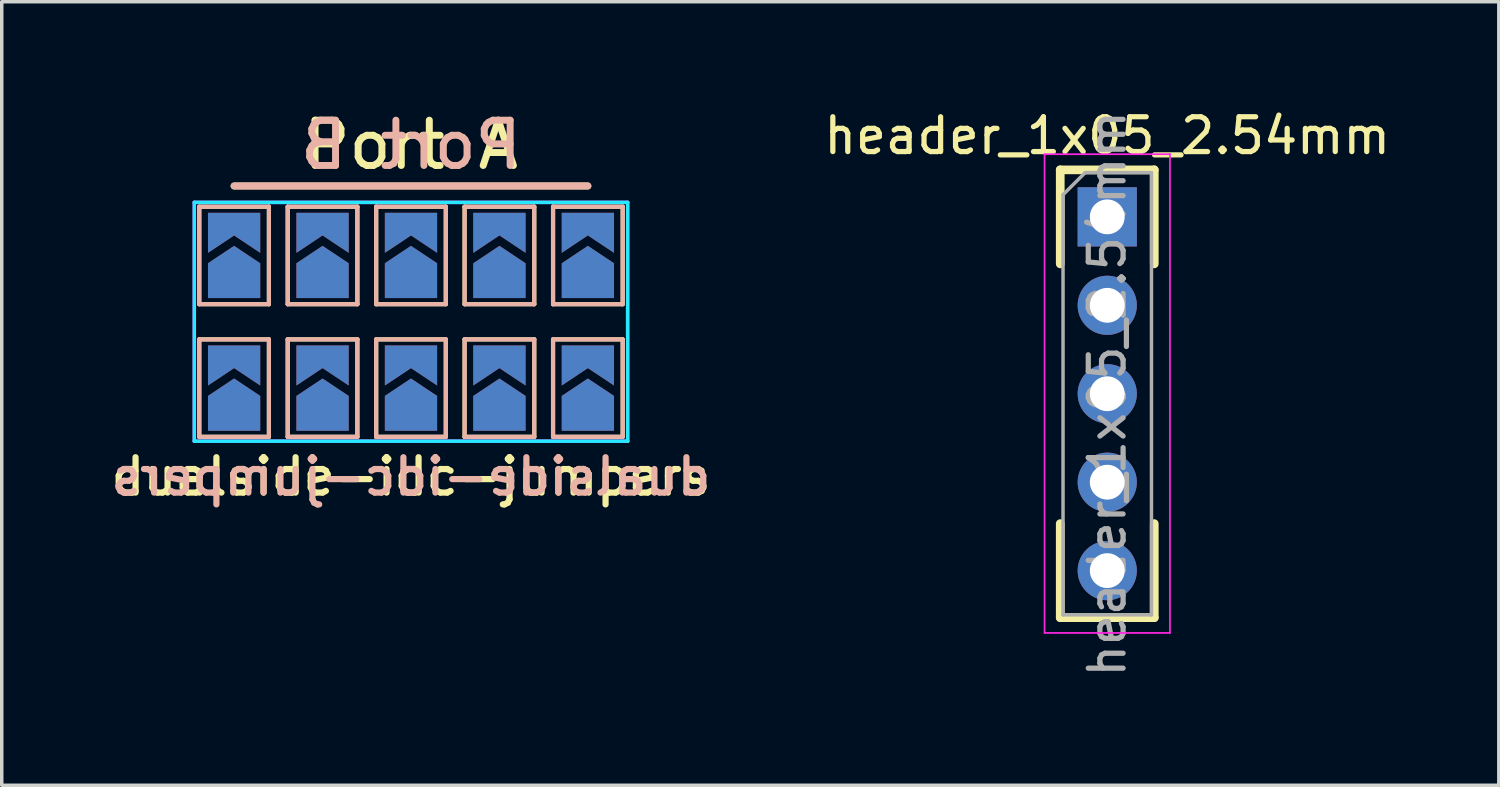
<source format=kicad_pcb>
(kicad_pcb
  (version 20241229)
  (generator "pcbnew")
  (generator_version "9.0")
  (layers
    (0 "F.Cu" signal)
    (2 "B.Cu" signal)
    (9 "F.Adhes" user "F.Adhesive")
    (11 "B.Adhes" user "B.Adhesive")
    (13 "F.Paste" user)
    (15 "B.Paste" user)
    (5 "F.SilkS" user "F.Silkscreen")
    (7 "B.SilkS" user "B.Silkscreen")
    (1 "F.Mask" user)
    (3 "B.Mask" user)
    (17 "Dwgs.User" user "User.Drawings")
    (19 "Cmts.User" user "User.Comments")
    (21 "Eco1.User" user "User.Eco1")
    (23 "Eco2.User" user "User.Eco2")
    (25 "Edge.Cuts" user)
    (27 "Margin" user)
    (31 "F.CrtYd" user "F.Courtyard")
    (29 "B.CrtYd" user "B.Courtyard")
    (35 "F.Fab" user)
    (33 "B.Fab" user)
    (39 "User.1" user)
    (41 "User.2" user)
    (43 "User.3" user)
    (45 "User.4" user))
  (footprint "header_1x05_2.54mm"
    (layer "F.Cu")
    (at 28.749 3.178)
    (property "Reference" "header_1x05_2.54mm" (at 0 -2.33 0) (layer "F.SilkS") (effects (font (size 1 1) (thickness 0.15))))
    (attr through_hole)
    (fp_line (start -1.35 -1.35) (end 1.35 -1.35) (stroke (width 0.25) (type solid)) (layer "F.SilkS"))
    (fp_line (start -1.35 1.35) (end -1.35 -1.35) (stroke (width 0.25) (type solid)) (layer "F.SilkS"))
    (fp_line (start -1.35 11.51) (end -1.35 8.81) (stroke (width 0.25) (type solid)) (layer "F.SilkS"))
    (fp_line (start -1.35 11.51) (end 1.35 11.51) (stroke (width 0.25) (type solid)) (layer "F.SilkS"))
    (fp_line (start 1.35 -1.35) (end 1.35 1.35) (stroke (width 0.25) (type solid)) (layer "F.SilkS"))
    (fp_line (start 1.35 11.51) (end 1.35 8.81) (stroke (width 0.25) (type solid)) (layer "F.SilkS"))
    (fp_line (start -1.8 -1.8) (end -1.8 11.95) (stroke (width 0.05) (type solid)) (layer "F.CrtYd"))
    (fp_line (start -1.8 11.95) (end 1.8 11.95) (stroke (width 0.05) (type solid)) (layer "F.CrtYd"))
    (fp_line (start 1.8 -1.8) (end -1.8 -1.8) (stroke (width 0.05) (type solid)) (layer "F.CrtYd"))
    (fp_line (start 1.8 11.95) (end 1.8 -1.8) (stroke (width 0.05) (type solid)) (layer "F.CrtYd"))
    (fp_line (start -1.27 -0.635) (end -0.635 -1.27) (stroke (width 0.1) (type solid)) (layer "F.Fab"))
    (fp_line (start -1.27 11.43) (end -1.27 -0.635) (stroke (width 0.1) (type solid)) (layer "F.Fab"))
    (fp_line (start -0.635 -1.27) (end 1.27 -1.27) (stroke (width 0.1) (type solid)) (layer "F.Fab"))
    (fp_line (start 1.27 -1.27) (end 1.27 11.43) (stroke (width 0.1) (type solid)) (layer "F.Fab"))
    (fp_line (start 1.27 11.43) (end -1.27 11.43) (stroke (width 0.1) (type solid)) (layer "F.Fab"))
    (fp_text user "${REFERENCE}" (at 0 5.08 90) (layer "F.Fab") (effects (font (size 1 1) (thickness 0.15))))
    (pad "1" thru_hole rect (at 0 0) (size 1.7 1.7) (drill 1) (layers "*.Cu" "*.Mask"))
    (pad "2" thru_hole oval (at 0 2.54) (size 1.7 1.7) (drill 1) (layers "*.Cu" "*.Mask"))
    (pad "3" thru_hole oval (at 0 5.08) (size 1.7 1.7) (drill 1) (layers "*.Cu" "*.Mask"))
    (pad "4" thru_hole oval (at 0 7.62) (size 1.7 1.7) (drill 1) (layers "*.Cu" "*.Mask"))
    (pad "5" thru_hole oval (at 0 10.16) (size 1.7 1.7) (drill 1) (layers "*.Cu" "*.Mask")))
  (footprint "dualside-idc-jumpers"
    (layer "F.Cu")
    (at 8.753 6.191)
    (property "Reference" "dualside-idc-jumpers" (at 0 4.445 0) (layer "F.SilkS") (effects (font (size 1.016 1.016) (thickness 0.178))))
    (attr through_hole)
    (fp_line (start -6.08 -3.305) (end -4.08 -3.305) (stroke (width 0.12) (type solid)) (layer "F.SilkS"))
    (fp_line (start -6.08 -0.505) (end -6.08 -3.305) (stroke (width 0.12) (type solid)) (layer "F.SilkS"))
    (fp_line (start -6.08 0.505) (end -4.08 0.505) (stroke (width 0.12) (type solid)) (layer "F.SilkS"))
    (fp_line (start -6.08 3.305) (end -6.08 0.505) (stroke (width 0.12) (type solid)) (layer "F.SilkS"))
    (fp_line (start -5.08 -3.9) (end 5.08 -3.9) (stroke (width 0.2) (type solid)) (layer "F.SilkS"))
    (fp_line (start -4.08 -3.305) (end -4.08 -0.505) (stroke (width 0.12) (type solid)) (layer "F.SilkS"))
    (fp_line (start -4.08 -0.505) (end -6.08 -0.505) (stroke (width 0.12) (type solid)) (layer "F.SilkS"))
    (fp_line (start -4.08 0.505) (end -4.08 3.305) (stroke (width 0.12) (type solid)) (layer "F.SilkS"))
    (fp_line (start -4.08 3.305) (end -6.08 3.305) (stroke (width 0.12) (type solid)) (layer "F.SilkS"))
    (fp_line (start -3.54 -3.305) (end -1.54 -3.305) (stroke (width 0.12) (type solid)) (layer "F.SilkS"))
    (fp_line (start -3.54 -0.505) (end -3.54 -3.305) (stroke (width 0.12) (type solid)) (layer "F.SilkS"))
    (fp_line (start -3.54 0.505) (end -1.54 0.505) (stroke (width 0.12) (type solid)) (layer "F.SilkS"))
    (fp_line (start -3.54 3.305) (end -3.54 0.505) (stroke (width 0.12) (type solid)) (layer "F.SilkS"))
    (fp_line (start -1.54 -3.305) (end -1.54 -0.505) (stroke (width 0.12) (type solid)) (layer "F.SilkS"))
    (fp_line (start -1.54 -0.505) (end -3.54 -0.505) (stroke (width 0.12) (type solid)) (layer "F.SilkS"))
    (fp_line (start -1.54 0.505) (end -1.54 3.305) (stroke (width 0.12) (type solid)) (layer "F.SilkS"))
    (fp_line (start -1.54 3.305) (end -3.54 3.305) (stroke (width 0.12) (type solid)) (layer "F.SilkS"))
    (fp_line (start -1 -3.305) (end 1 -3.305) (stroke (width 0.12) (type solid)) (layer "F.SilkS"))
    (fp_line (start -1 -0.505) (end -1 -3.305) (stroke (width 0.12) (type solid)) (layer "F.SilkS"))
    (fp_line (start -1 0.505) (end 1 0.505) (stroke (width 0.12) (type solid)) (layer "F.SilkS"))
    (fp_line (start -1 3.305) (end -1 0.505) (stroke (width 0.12) (type solid)) (layer "F.SilkS"))
    (fp_line (start 1 -3.305) (end 1 -0.505) (stroke (width 0.12) (type solid)) (layer "F.SilkS"))
    (fp_line (start 1 -0.505) (end -1 -0.505) (stroke (width 0.12) (type solid)) (layer "F.SilkS"))
    (fp_line (start 1 0.505) (end 1 3.305) (stroke (width 0.12) (type solid)) (layer "F.SilkS"))
    (fp_line (start 1 3.305) (end -1 3.305) (stroke (width 0.12) (type solid)) (layer "F.SilkS"))
    (fp_line (start 1.54 -3.305) (end 3.54 -3.305) (stroke (width 0.12) (type solid)) (layer "F.SilkS"))
    (fp_line (start 1.54 -0.505) (end 1.54 -3.305) (stroke (width 0.12) (type solid)) (layer "F.SilkS"))
    (fp_line (start 1.54 0.505) (end 3.54 0.505) (stroke (width 0.12) (type solid)) (layer "F.SilkS"))
    (fp_line (start 1.54 3.305) (end 1.54 0.505) (stroke (width 0.12) (type solid)) (layer "F.SilkS"))
    (fp_line (start 3.54 -3.305) (end 3.54 -0.505) (stroke (width 0.12) (type solid)) (layer "F.SilkS"))
    (fp_line (start 3.54 -0.505) (end 1.54 -0.505) (stroke (width 0.12) (type solid)) (layer "F.SilkS"))
    (fp_line (start 3.54 0.505) (end 3.54 3.305) (stroke (width 0.12) (type solid)) (layer "F.SilkS"))
    (fp_line (start 3.54 3.305) (end 1.54 3.305) (stroke (width 0.12) (type solid)) (layer "F.SilkS"))
    (fp_line (start 4.08 -3.305) (end 6.08 -3.305) (stroke (width 0.12) (type solid)) (layer "F.SilkS"))
    (fp_line (start 4.08 -0.505) (end 4.08 -3.305) (stroke (width 0.12) (type solid)) (layer "F.SilkS"))
    (fp_line (start 4.08 0.505) (end 6.08 0.505) (stroke (width 0.12) (type solid)) (layer "F.SilkS"))
    (fp_line (start 4.08 3.305) (end 4.08 0.505) (stroke (width 0.12) (type solid)) (layer "F.SilkS"))
    (fp_line (start 6.08 -3.305) (end 6.08 -0.505) (stroke (width 0.12) (type solid)) (layer "F.SilkS"))
    (fp_line (start 6.08 -0.505) (end 4.08 -0.505) (stroke (width 0.12) (type solid)) (layer "F.SilkS"))
    (fp_line (start 6.08 0.505) (end 6.08 3.305) (stroke (width 0.12) (type solid)) (layer "F.SilkS"))
    (fp_line (start 6.08 3.305) (end 4.08 3.305) (stroke (width 0.12) (type solid)) (layer "F.SilkS"))
    (fp_line (start -6.08 -3.305) (end -6.08 -0.505) (stroke (width 0.12) (type solid)) (layer "B.SilkS"))
    (fp_line (start -6.08 -0.505) (end -4.08 -0.505) (stroke (width 0.12) (type solid)) (layer "B.SilkS"))
    (fp_line (start -6.08 0.505) (end -6.08 3.305) (stroke (width 0.12) (type solid)) (layer "B.SilkS"))
    (fp_line (start -6.08 3.305) (end -4.08 3.305) (stroke (width 0.12) (type solid)) (layer "B.SilkS"))
    (fp_line (start -4.08 -3.305) (end -6.08 -3.305) (stroke (width 0.12) (type solid)) (layer "B.SilkS"))
    (fp_line (start -4.08 -0.505) (end -4.08 -3.305) (stroke (width 0.12) (type solid)) (layer "B.SilkS"))
    (fp_line (start -4.08 0.505) (end -6.08 0.505) (stroke (width 0.12) (type solid)) (layer "B.SilkS"))
    (fp_line (start -4.08 3.305) (end -4.08 0.505) (stroke (width 0.12) (type solid)) (layer "B.SilkS"))
    (fp_line (start -3.54 -3.305) (end -3.54 -0.505) (stroke (width 0.12) (type solid)) (layer "B.SilkS"))
    (fp_line (start -3.54 -0.505) (end -1.54 -0.505) (stroke (width 0.12) (type solid)) (layer "B.SilkS"))
    (fp_line (start -3.54 0.505) (end -3.54 3.305) (stroke (width 0.12) (type solid)) (layer "B.SilkS"))
    (fp_line (start -3.54 3.305) (end -1.54 3.305) (stroke (width 0.12) (type solid)) (layer "B.SilkS"))
    (fp_line (start -1.54 -3.305) (end -3.54 -3.305) (stroke (width 0.12) (type solid)) (layer "B.SilkS"))
    (fp_line (start -1.54 -0.505) (end -1.54 -3.305) (stroke (width 0.12) (type solid)) (layer "B.SilkS"))
    (fp_line (start -1.54 0.505) (end -3.54 0.505) (stroke (width 0.12) (type solid)) (layer "B.SilkS"))
    (fp_line (start -1.54 3.305) (end -1.54 0.505) (stroke (width 0.12) (type solid)) (layer "B.SilkS"))
    (fp_line (start -1 -3.305) (end -1 -0.505) (stroke (width 0.12) (type solid)) (layer "B.SilkS"))
    (fp_line (start -1 -0.505) (end 1 -0.505) (stroke (width 0.12) (type solid)) (layer "B.SilkS"))
    (fp_line (start -1 0.505) (end -1 3.305) (stroke (width 0.12) (type solid)) (layer "B.SilkS"))
    (fp_line (start -1 3.305) (end 1 3.305) (stroke (width 0.12) (type solid)) (layer "B.SilkS"))
    (fp_line (start 1 -3.305) (end -1 -3.305) (stroke (width 0.12) (type solid)) (layer "B.SilkS"))
    (fp_line (start 1 -0.505) (end 1 -3.305) (stroke (width 0.12) (type solid)) (layer "B.SilkS"))
    (fp_line (start 1 0.505) (end -1 0.505) (stroke (width 0.12) (type solid)) (layer "B.SilkS"))
    (fp_line (start 1 3.305) (end 1 0.505) (stroke (width 0.12) (type solid)) (layer "B.SilkS"))
    (fp_line (start 1.54 -3.305) (end 1.54 -0.505) (stroke (width 0.12) (type solid)) (layer "B.SilkS"))
    (fp_line (start 1.54 -0.505) (end 3.54 -0.505) (stroke (width 0.12) (type solid)) (layer "B.SilkS"))
    (fp_line (start 1.54 0.505) (end 1.54 3.305) (stroke (width 0.12) (type solid)) (layer "B.SilkS"))
    (fp_line (start 1.54 3.305) (end 3.54 3.305) (stroke (width 0.12) (type solid)) (layer "B.SilkS"))
    (fp_line (start 3.54 -3.305) (end 1.54 -3.305) (stroke (width 0.12) (type solid)) (layer "B.SilkS"))
    (fp_line (start 3.54 -0.505) (end 3.54 -3.305) (stroke (width 0.12) (type solid)) (layer "B.SilkS"))
    (fp_line (start 3.54 0.505) (end 1.54 0.505) (stroke (width 0.12) (type solid)) (layer "B.SilkS"))
    (fp_line (start 3.54 3.305) (end 3.54 0.505) (stroke (width 0.12) (type solid)) (layer "B.SilkS"))
    (fp_line (start 4.08 -3.305) (end 4.08 -0.505) (stroke (width 0.12) (type solid)) (layer "B.SilkS"))
    (fp_line (start 4.08 -0.505) (end 6.08 -0.505) (stroke (width 0.12) (type solid)) (layer "B.SilkS"))
    (fp_line (start 4.08 0.505) (end 4.08 3.305) (stroke (width 0.12) (type solid)) (layer "B.SilkS"))
    (fp_line (start 4.08 3.305) (end 6.08 3.305) (stroke (width 0.12) (type solid)) (layer "B.SilkS"))
    (fp_line (start 5.08 -3.9) (end -5.08 -3.9) (stroke (width 0.2) (type solid)) (layer "B.SilkS"))
    (fp_line (start 6.08 -3.305) (end 4.08 -3.305) (stroke (width 0.12) (type solid)) (layer "B.SilkS"))
    (fp_line (start 6.08 -0.505) (end 6.08 -3.305) (stroke (width 0.12) (type solid)) (layer "B.SilkS"))
    (fp_line (start 6.08 0.505) (end 4.08 0.505) (stroke (width 0.12) (type solid)) (layer "B.SilkS"))
    (fp_line (start 6.08 3.305) (end 6.08 0.505) (stroke (width 0.12) (type solid)) (layer "B.SilkS"))
    (fp_line (start -6.223 -3.429) (end 6.223 -3.429) (stroke (width 0.1) (type solid)) (layer "B.CrtYd"))
    (fp_line (start -6.223 3.429) (end -6.223 -3.429) (stroke (width 0.1) (type solid)) (layer "B.CrtYd"))
    (fp_line (start 6.223 -3.429) (end 6.223 3.429) (stroke (width 0.1) (type solid)) (layer "B.CrtYd"))
    (fp_line (start 6.223 3.429) (end -6.223 3.429) (stroke (width 0.1) (type solid)) (layer "B.CrtYd"))
    (fp_line (start -6.223 -3.429) (end 6.223 -3.429) (stroke (width 0.1) (type solid)) (layer "F.CrtYd"))
    (fp_line (start -6.223 3.429) (end -6.223 -3.429) (stroke (width 0.1) (type solid)) (layer "F.CrtYd"))
    (fp_line (start 6.223 -3.429) (end 6.223 3.429) (stroke (width 0.1) (type solid)) (layer "F.CrtYd"))
    (fp_line (start 6.223 3.429) (end -6.223 3.429) (stroke (width 0.1) (type solid)) (layer "F.CrtYd"))
    (fp_text user "Port A" (at 0 -5.08 0) (unlocked yes) (layer "F.SilkS") (effects (font (size 1.3 1.3) (thickness 0.2))))
    (fp_text user "Port B" (at 0 -5.08 0) (unlocked yes) (layer "B.SilkS") (effects (font (size 1.3 1.3) (thickness 0.2)) (justify mirror)))
    (fp_text user "${REFERENCE}" (at 0 4.445 0) (layer "B.SilkS") (effects (font (size 1.016 1.016) (thickness 0.178)) (justify mirror)))
    (pad "1" smd custom (at -5.08 2.63 90) (size 0.3 0.3) (layers "F.Cu" "F.Mask") (options (anchor rect)) (primitives (gr_poly (pts (xy -0.5 -0.75) (xy 0.5 -0.75) (xy 1 0) (xy 0.5 0.75) (xy -0.5 0.75)) (width 0) (fill yes))))
    (pad "2" smd custom (at -5.08 -1.18 90) (size 0.3 0.3) (layers "F.Cu" "F.Mask") (options (anchor rect)) (primitives (gr_poly (pts (xy -0.5 -0.75) (xy 0.5 -0.75) (xy 1 0) (xy 0.5 0.75) (xy -0.5 0.75)) (width 0) (fill yes))))
    (pad "3" smd custom (at -2.54 2.63 90) (size 0.3 0.3) (layers "F.Cu" "F.Mask") (options (anchor rect)) (primitives (gr_poly (pts (xy -0.5 -0.75) (xy 0.5 -0.75) (xy 1 0) (xy 0.5 0.75) (xy -0.5 0.75)) (width 0) (fill yes))))
    (pad "4" smd custom (at -2.54 -1.18 90) (size 0.3 0.3) (layers "F.Cu" "F.Mask") (options (anchor rect)) (primitives (gr_poly (pts (xy -0.5 -0.75) (xy 0.5 -0.75) (xy 1 0) (xy 0.5 0.75) (xy -0.5 0.75)) (width 0) (fill yes))))
    (pad "5" smd custom (at 0 2.63 90) (size 0.3 0.3) (layers "F.Cu" "F.Mask") (options (anchor rect)) (primitives (gr_poly (pts (xy -0.5 -0.75) (xy 0.5 -0.75) (xy 1 0) (xy 0.5 0.75) (xy -0.5 0.75)) (width 0) (fill yes))))
    (pad "6" smd custom (at 0 -1.18 90) (size 0.3 0.3) (layers "F.Cu" "F.Mask") (options (anchor rect)) (primitives (gr_poly (pts (xy -0.5 -0.75) (xy 0.5 -0.75) (xy 1 0) (xy 0.5 0.75) (xy -0.5 0.75)) (width 0) (fill yes))))
    (pad "7" smd custom (at 2.54 2.63 90) (size 0.3 0.3) (layers "F.Cu" "F.Mask") (options (anchor rect)) (primitives (gr_poly (pts (xy -0.5 -0.75) (xy 0.5 -0.75) (xy 1 0) (xy 0.5 0.75) (xy -0.5 0.75)) (width 0) (fill yes))))
    (pad "8" smd custom (at 2.54 -1.18 90) (size 0.3 0.3) (layers "F.Cu" "F.Mask") (options (anchor rect)) (primitives (gr_poly (pts (xy -0.5 -0.75) (xy 0.5 -0.75) (xy 1 0) (xy 0.5 0.75) (xy -0.5 0.75)) (width 0) (fill yes))))
    (pad "9" smd custom (at 5.08 2.63 90) (size 0.3 0.3) (layers "F.Cu" "F.Mask") (options (anchor rect)) (primitives (gr_poly (pts (xy -0.5 -0.75) (xy 0.5 -0.75) (xy 1 0) (xy 0.5 0.75) (xy -0.5 0.75)) (width 0) (fill yes))))
    (pad "10" smd custom (at 5.08 -1.18 90) (size 0.3 0.3) (layers "F.Cu" "F.Mask") (options (anchor rect)) (primitives (gr_poly (pts (xy -0.5 -0.75) (xy 0.5 -0.75) (xy 1 0) (xy 0.5 0.75) (xy -0.5 0.75)) (width 0) (fill yes))))
    (pad "11" smd custom (at -5.08 -1.18 90) (size 0.3 0.3) (layers "B.Cu" "B.Mask") (options (anchor rect)) (primitives (gr_poly (pts (xy -0.5 0.75) (xy 0.5 0.75) (xy 1 0) (xy 0.5 -0.75) (xy -0.5 -0.75)) (width 0) (fill yes))))
    (pad "12" smd custom (at -5.08 2.63 90) (size 0.3 0.3) (layers "B.Cu" "B.Mask") (options (anchor rect)) (primitives (gr_poly (pts (xy -0.5 0.75) (xy 0.5 0.75) (xy 1 0) (xy 0.5 -0.75) (xy -0.5 -0.75)) (width 0) (fill yes))))
    (pad "13" smd custom (at -2.54 -1.18 90) (size 0.3 0.3) (layers "B.Cu" "B.Mask") (options (anchor rect)) (primitives (gr_poly (pts (xy -0.5 0.75) (xy 0.5 0.75) (xy 1 0) (xy 0.5 -0.75) (xy -0.5 -0.75)) (width 0) (fill yes))))
    (pad "14" smd custom (at -2.54 2.63 90) (size 0.3 0.3) (layers "B.Cu" "B.Mask") (options (anchor rect)) (primitives (gr_poly (pts (xy -0.5 0.75) (xy 0.5 0.75) (xy 1 0) (xy 0.5 -0.75) (xy -0.5 -0.75)) (width 0) (fill yes))))
    (pad "15" smd custom (at 0 -1.18 90) (size 0.3 0.3) (layers "B.Cu" "B.Mask") (options (anchor rect)) (primitives (gr_poly (pts (xy -0.5 0.75) (xy 0.5 0.75) (xy 1 0) (xy 0.5 -0.75) (xy -0.5 -0.75)) (width 0) (fill yes))))
    (pad "16" smd custom (at 0 2.63 90) (size 0.3 0.3) (layers "B.Cu" "B.Mask") (options (anchor rect)) (primitives (gr_poly (pts (xy -0.5 0.75) (xy 0.5 0.75) (xy 1 0) (xy 0.5 -0.75) (xy -0.5 -0.75)) (width 0) (fill yes))))
    (pad "17" smd custom (at 2.54 -1.18 90) (size 0.3 0.3) (layers "B.Cu" "B.Mask") (options (anchor rect)) (primitives (gr_poly (pts (xy -0.5 0.75) (xy 0.5 0.75) (xy 1 0) (xy 0.5 -0.75) (xy -0.5 -0.75)) (width 0) (fill yes))))
    (pad "18" smd custom (at 2.54 2.63 90) (size 0.3 0.3) (layers "B.Cu" "B.Mask") (options (anchor rect)) (primitives (gr_poly (pts (xy -0.5 0.75) (xy 0.5 0.75) (xy 1 0) (xy 0.5 -0.75) (xy -0.5 -0.75)) (width 0) (fill yes))))
    (pad "19" smd custom (at 5.08 -1.18 90) (size 0.3 0.3) (layers "B.Cu" "B.Mask") (options (anchor rect)) (primitives (gr_poly (pts (xy -0.5 0.75) (xy 0.5 0.75) (xy 1 0) (xy 0.5 -0.75) (xy -0.5 -0.75)) (width 0) (fill yes))))
    (pad "20" smd custom (at 5.08 2.63 90) (size 0.3 0.3) (layers "B.Cu" "B.Mask") (options (anchor rect)) (primitives (gr_poly (pts (xy -0.5 0.75) (xy 0.5 0.75) (xy 1 0) (xy 0.5 -0.75) (xy -0.5 -0.75)) (width 0) (fill yes))))
    (pad "21" smd custom (at -5.08 1.18 90) (size 0.3 0.3) (layers "F.Cu" "F.Mask") (options (anchor rect)) (primitives (gr_poly (pts (xy -0.65 -0.75) (xy 0.5 -0.75) (xy 0.5 0.75) (xy -0.65 0.75) (xy -0.15 0)) (width 0) (fill yes))))
    (pad "21" smd custom (at -5.08 1.18 90) (size 0.3 0.3) (layers "B.Cu" "B.Mask") (options (anchor rect)) (primitives (gr_poly (pts (xy -0.65 0.75) (xy 0.5 0.75) (xy 0.5 -0.75) (xy -0.65 -0.75) (xy -0.15 0)) (width 0) (fill yes))))
    (pad "22" smd custom (at -5.08 -2.63 90) (size 0.3 0.3) (layers "F.Cu" "F.Mask") (options (anchor rect)) (primitives (gr_poly (pts (xy -0.65 -0.75) (xy 0.5 -0.75) (xy 0.5 0.75) (xy -0.65 0.75) (xy -0.15 0)) (width 0) (fill yes))))
    (pad "22" smd custom (at -5.08 -2.63 90) (size 0.3 0.3) (layers "B.Cu" "B.Mask") (options (anchor rect)) (primitives (gr_poly (pts (xy -0.65 0.75) (xy 0.5 0.75) (xy 0.5 -0.75) (xy -0.65 -0.75) (xy -0.15 0)) (width 0) (fill yes))))
    (pad "23" smd custom (at -2.54 1.18 90) (size 0.3 0.3) (layers "F.Cu" "F.Mask") (options (anchor rect)) (primitives (gr_poly (pts (xy -0.65 -0.75) (xy 0.5 -0.75) (xy 0.5 0.75) (xy -0.65 0.75) (xy -0.15 0)) (width 0) (fill yes))))
    (pad "23" smd custom (at -2.54 1.18 90) (size 0.3 0.3) (layers "B.Cu" "B.Mask") (options (anchor rect)) (primitives (gr_poly (pts (xy -0.65 0.75) (xy 0.5 0.75) (xy 0.5 -0.75) (xy -0.65 -0.75) (xy -0.15 0)) (width 0) (fill yes))))
    (pad "24" smd custom (at -2.54 -2.63 90) (size 0.3 0.3) (layers "F.Cu" "F.Mask") (options (anchor rect)) (primitives (gr_poly (pts (xy -0.65 -0.75) (xy 0.5 -0.75) (xy 0.5 0.75) (xy -0.65 0.75) (xy -0.15 0)) (width 0) (fill yes))))
    (pad "24" smd custom (at -2.54 -2.63 90) (size 0.3 0.3) (layers "B.Cu" "B.Mask") (options (anchor rect)) (primitives (gr_poly (pts (xy -0.65 0.75) (xy 0.5 0.75) (xy 0.5 -0.75) (xy -0.65 -0.75) (xy -0.15 0)) (width 0) (fill yes))))
    (pad "25" smd custom (at 0 1.18 90) (size 0.3 0.3) (layers "F.Cu" "F.Mask") (options (anchor rect)) (primitives (gr_poly (pts (xy -0.65 -0.75) (xy 0.5 -0.75) (xy 0.5 0.75) (xy -0.65 0.75) (xy -0.15 0)) (width 0) (fill yes))))
    (pad "25" smd custom (at 0 1.18 90) (size 0.3 0.3) (layers "B.Cu" "B.Mask") (options (anchor rect)) (primitives (gr_poly (pts (xy -0.65 0.75) (xy 0.5 0.75) (xy 0.5 -0.75) (xy -0.65 -0.75) (xy -0.15 0)) (width 0) (fill yes))))
    (pad "26" smd custom (at 0 -2.63 90) (size 0.3 0.3) (layers "F.Cu" "F.Mask") (options (anchor rect)) (primitives (gr_poly (pts (xy -0.65 -0.75) (xy 0.5 -0.75) (xy 0.5 0.75) (xy -0.65 0.75) (xy -0.15 0)) (width 0) (fill yes))))
    (pad "26" smd custom (at 0 -2.63 90) (size 0.3 0.3) (layers "B.Cu" "B.Mask") (options (anchor rect)) (primitives (gr_poly (pts (xy -0.65 0.75) (xy 0.5 0.75) (xy 0.5 -0.75) (xy -0.65 -0.75) (xy -0.15 0)) (width 0) (fill yes))))
    (pad "27" smd custom (at 2.54 1.18 90) (size 0.3 0.3) (layers "F.Cu" "F.Mask") (options (anchor rect)) (primitives (gr_poly (pts (xy -0.65 -0.75) (xy 0.5 -0.75) (xy 0.5 0.75) (xy -0.65 0.75) (xy -0.15 0)) (width 0) (fill yes))))
    (pad "27" smd custom (at 2.54 1.18 90) (size 0.3 0.3) (layers "B.Cu" "B.Mask") (options (anchor rect)) (primitives (gr_poly (pts (xy -0.65 0.75) (xy 0.5 0.75) (xy 0.5 -0.75) (xy -0.65 -0.75) (xy -0.15 0)) (width 0) (fill yes))))
    (pad "28" smd custom (at 2.54 -2.63 90) (size 0.3 0.3) (layers "F.Cu" "F.Mask") (options (anchor rect)) (primitives (gr_poly (pts (xy -0.65 -0.75) (xy 0.5 -0.75) (xy 0.5 0.75) (xy -0.65 0.75) (xy -0.15 0)) (width 0) (fill yes))))
    (pad "28" smd custom (at 2.54 -2.63 90) (size 0.3 0.3) (layers "B.Cu" "B.Mask") (options (anchor rect)) (primitives (gr_poly (pts (xy -0.65 0.75) (xy 0.5 0.75) (xy 0.5 -0.75) (xy -0.65 -0.75) (xy -0.15 0)) (width 0) (fill yes))))
    (pad "29" smd custom (at 5.08 1.18 90) (size 0.3 0.3) (layers "F.Cu" "F.Mask") (options (anchor rect)) (primitives (gr_poly (pts (xy -0.65 -0.75) (xy 0.5 -0.75) (xy 0.5 0.75) (xy -0.65 0.75) (xy -0.15 0)) (width 0) (fill yes))))
    (pad "29" smd custom (at 5.08 1.18 90) (size 0.3 0.3) (layers "B.Cu" "B.Mask") (options (anchor rect)) (primitives (gr_poly (pts (xy -0.65 0.75) (xy 0.5 0.75) (xy 0.5 -0.75) (xy -0.65 -0.75) (xy -0.15 0)) (width 0) (fill yes))))
    (pad "30" smd custom (at 5.08 -2.63 90) (size 0.3 0.3) (layers "F.Cu" "F.Mask") (options (anchor rect)) (primitives (gr_poly (pts (xy -0.65 -0.75) (xy 0.5 -0.75) (xy 0.5 0.75) (xy -0.65 0.75) (xy -0.15 0)) (width 0) (fill yes))))
    (pad "30" smd custom (at 5.08 -2.63 90) (size 0.3 0.3) (layers "B.Cu" "B.Mask") (options (anchor rect)) (primitives (gr_poly (pts (xy -0.65 0.75) (xy 0.5 0.75) (xy 0.5 -0.75) (xy -0.65 -0.75) (xy -0.15 0)) (width 0) (fill yes)))))
  (gr_rect
    (start -3 -3)
    (end 39.994 19.502)
    (stroke (width 0.1) (type default))
    (fill no)
    (layer "Edge.Cuts")))
</source>
